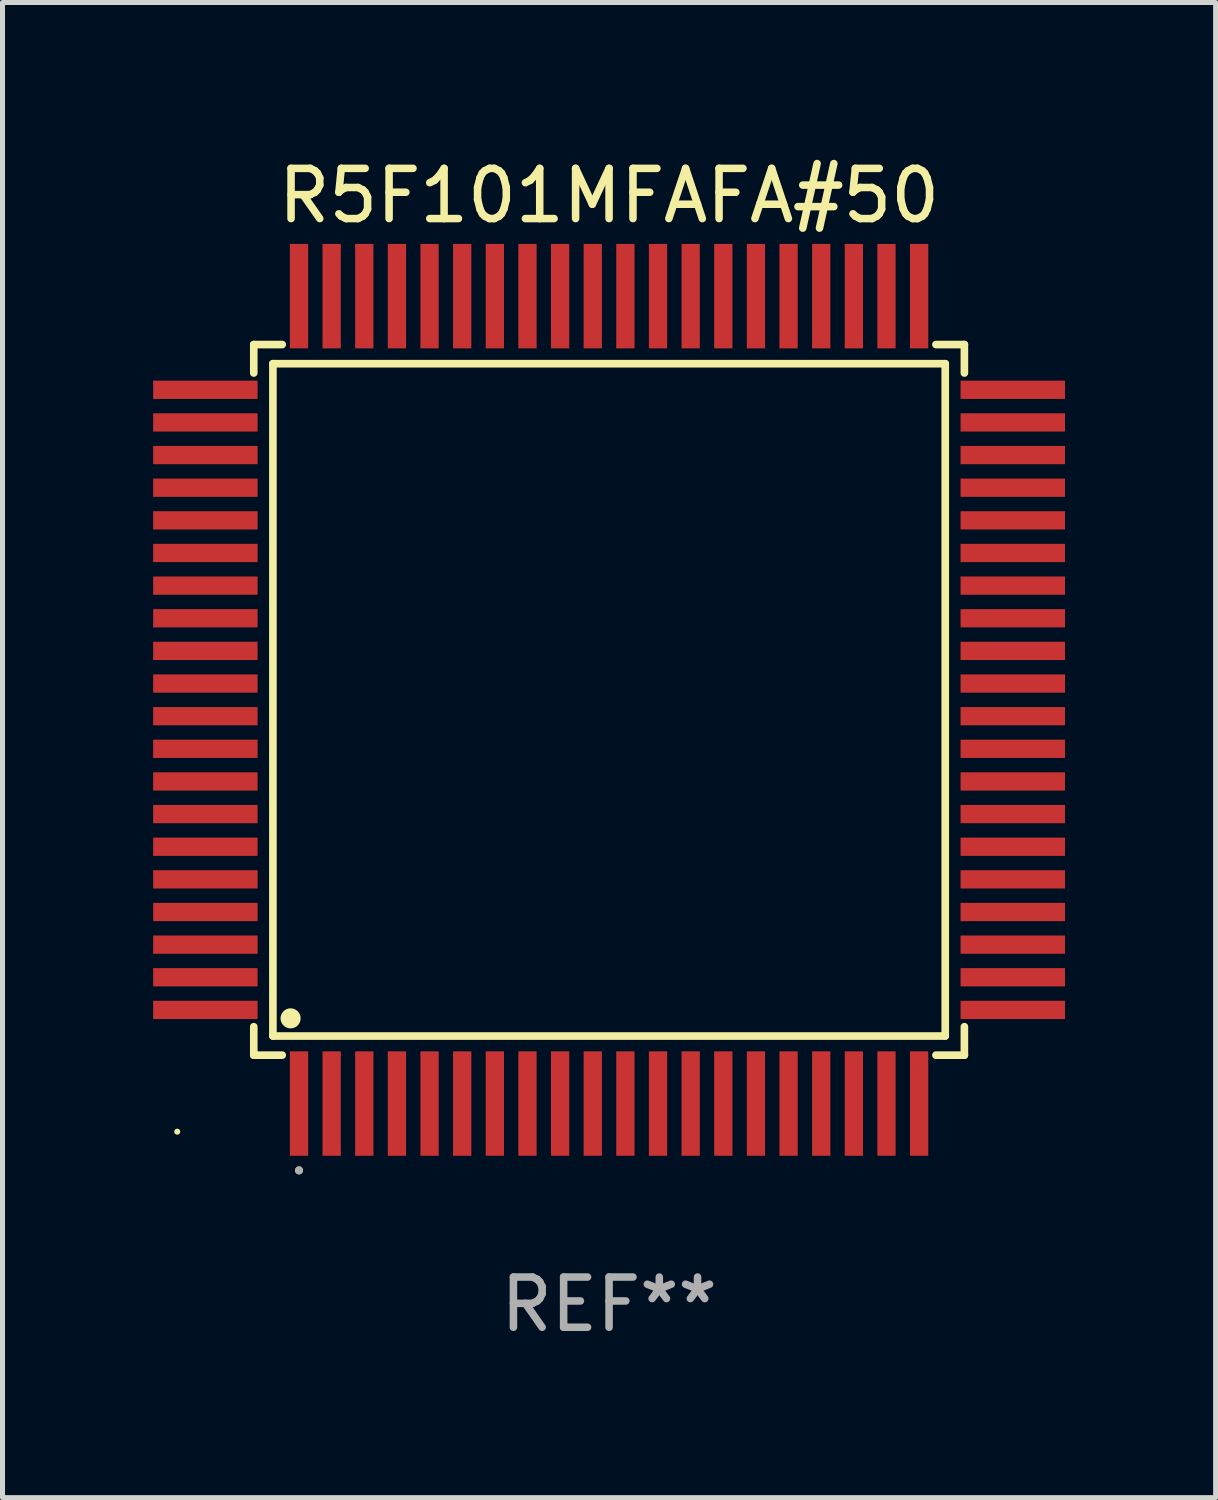
<source format=kicad_pcb>
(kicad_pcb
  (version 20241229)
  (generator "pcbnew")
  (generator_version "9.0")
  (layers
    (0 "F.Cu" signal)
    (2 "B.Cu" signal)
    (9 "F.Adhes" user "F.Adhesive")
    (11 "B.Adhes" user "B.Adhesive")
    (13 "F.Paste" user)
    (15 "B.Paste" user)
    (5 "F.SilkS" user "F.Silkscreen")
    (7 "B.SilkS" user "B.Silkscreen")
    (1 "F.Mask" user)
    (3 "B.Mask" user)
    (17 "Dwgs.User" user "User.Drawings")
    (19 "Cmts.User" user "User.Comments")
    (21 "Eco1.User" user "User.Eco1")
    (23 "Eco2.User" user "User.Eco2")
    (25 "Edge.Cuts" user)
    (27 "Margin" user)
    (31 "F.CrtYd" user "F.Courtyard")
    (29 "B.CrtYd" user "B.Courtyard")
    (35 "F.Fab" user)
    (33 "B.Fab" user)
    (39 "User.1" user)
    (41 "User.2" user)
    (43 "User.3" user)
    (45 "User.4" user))
  (footprint "R5F101MFAFA#50"
    (layer "F.Cu")
    (at 9.08 10.888)
    (property "Reference" "R5F101MFAFA#50" (at 0 -10.04 0) (layer "F.SilkS") (effects (font (size 1 1) (thickness 0.15))))
    (attr through_hole)
    (fp_line (start -7.076 -7.076) (end -7.076 -6.509) (stroke (width 0.152) (type solid)) (layer "F.SilkS"))
    (fp_line (start -7.076 7.076) (end -7.076 6.509) (stroke (width 0.152) (type solid)) (layer "F.SilkS"))
    (fp_line (start -6.695 -6.695) (end 6.695 -6.695) (stroke (width 0.152) (type solid)) (layer "F.SilkS"))
    (fp_line (start -6.695 6.695) (end -6.695 -6.695) (stroke (width 0.152) (type solid)) (layer "F.SilkS"))
    (fp_line (start -6.509 -7.076) (end -7.076 -7.076) (stroke (width 0.152) (type solid)) (layer "F.SilkS"))
    (fp_line (start -6.509 7.076) (end -7.076 7.076) (stroke (width 0.152) (type solid)) (layer "F.SilkS"))
    (fp_line (start 6.509 -7.076) (end 7.076 -7.076) (stroke (width 0.152) (type solid)) (layer "F.SilkS"))
    (fp_line (start 6.509 7.076) (end 7.076 7.076) (stroke (width 0.152) (type solid)) (layer "F.SilkS"))
    (fp_line (start 6.695 -6.695) (end 6.695 6.695) (stroke (width 0.152) (type solid)) (layer "F.SilkS"))
    (fp_line (start 6.695 6.695) (end -6.695 6.695) (stroke (width 0.152) (type solid)) (layer "F.SilkS"))
    (fp_line (start 7.076 -7.076) (end 7.076 -6.509) (stroke (width 0.152) (type solid)) (layer "F.SilkS"))
    (fp_line (start 7.076 7.076) (end 7.076 6.509) (stroke (width 0.152) (type solid)) (layer "F.SilkS"))
    (fp_circle (center -8.6 8.6) (end -8.57 8.6) (stroke (width 0.06) (type solid)) (fill no) (layer "F.SilkS"))
    (fp_circle (center -6.343 6.343) (end -6.243 6.343) (stroke (width 0.2) (type solid)) (fill no) (layer "F.SilkS"))
    (fp_circle (center -6.175 9.371) (end -6.135 9.371) (stroke (width 0.08) (type solid)) (fill no) (layer "F.SilkS"))
    (fp_circle (center -6.175 9.371) (end -6.135 9.371) (stroke (width 0.08) (type solid)) (fill no) (layer "F.Fab"))
    (fp_text user "REF**" (at 0 12.04 0) (layer "F.Fab") (effects (font (size 1 1) (thickness 0.15))))
    (pad "1" smd rect (at -6.175 8.04) (size 0.364 2.08) (layers "F.Cu" "F.Mask" "F.Paste"))
    (pad "2" smd rect (at -5.525 8.04) (size 0.364 2.08) (layers "F.Cu" "F.Mask" "F.Paste"))
    (pad "3" smd rect (at -4.875 8.04) (size 0.364 2.08) (layers "F.Cu" "F.Mask" "F.Paste"))
    (pad "4" smd rect (at -4.225 8.04) (size 0.364 2.08) (layers "F.Cu" "F.Mask" "F.Paste"))
    (pad "5" smd rect (at -3.575 8.04) (size 0.364 2.08) (layers "F.Cu" "F.Mask" "F.Paste"))
    (pad "6" smd rect (at -2.925 8.04) (size 0.364 2.08) (layers "F.Cu" "F.Mask" "F.Paste"))
    (pad "7" smd rect (at -2.275 8.04) (size 0.364 2.08) (layers "F.Cu" "F.Mask" "F.Paste"))
    (pad "8" smd rect (at -1.625 8.04) (size 0.364 2.08) (layers "F.Cu" "F.Mask" "F.Paste"))
    (pad "9" smd rect (at -0.975 8.04) (size 0.364 2.08) (layers "F.Cu" "F.Mask" "F.Paste"))
    (pad "10" smd rect (at -0.325 8.04) (size 0.364 2.08) (layers "F.Cu" "F.Mask" "F.Paste"))
    (pad "11" smd rect (at 0.325 8.04) (size 0.364 2.08) (layers "F.Cu" "F.Mask" "F.Paste"))
    (pad "12" smd rect (at 0.975 8.04) (size 0.364 2.08) (layers "F.Cu" "F.Mask" "F.Paste"))
    (pad "13" smd rect (at 1.625 8.04) (size 0.364 2.08) (layers "F.Cu" "F.Mask" "F.Paste"))
    (pad "14" smd rect (at 2.275 8.04) (size 0.364 2.08) (layers "F.Cu" "F.Mask" "F.Paste"))
    (pad "15" smd rect (at 2.925 8.04) (size 0.364 2.08) (layers "F.Cu" "F.Mask" "F.Paste"))
    (pad "16" smd rect (at 3.575 8.04) (size 0.364 2.08) (layers "F.Cu" "F.Mask" "F.Paste"))
    (pad "17" smd rect (at 4.225 8.04) (size 0.364 2.08) (layers "F.Cu" "F.Mask" "F.Paste"))
    (pad "18" smd rect (at 4.875 8.04) (size 0.364 2.08) (layers "F.Cu" "F.Mask" "F.Paste"))
    (pad "19" smd rect (at 5.525 8.04) (size 0.364 2.08) (layers "F.Cu" "F.Mask" "F.Paste"))
    (pad "20" smd rect (at 6.175 8.04) (size 0.364 2.08) (layers "F.Cu" "F.Mask" "F.Paste"))
    (pad "21" smd rect (at 8.04 6.175) (size 2.08 0.364) (layers "F.Cu" "F.Mask" "F.Paste"))
    (pad "22" smd rect (at 8.04 5.525) (size 2.08 0.364) (layers "F.Cu" "F.Mask" "F.Paste"))
    (pad "23" smd rect (at 8.04 4.875) (size 2.08 0.364) (layers "F.Cu" "F.Mask" "F.Paste"))
    (pad "24" smd rect (at 8.04 4.225) (size 2.08 0.364) (layers "F.Cu" "F.Mask" "F.Paste"))
    (pad "25" smd rect (at 8.04 3.575) (size 2.08 0.364) (layers "F.Cu" "F.Mask" "F.Paste"))
    (pad "26" smd rect (at 8.04 2.925) (size 2.08 0.364) (layers "F.Cu" "F.Mask" "F.Paste"))
    (pad "27" smd rect (at 8.04 2.275) (size 2.08 0.364) (layers "F.Cu" "F.Mask" "F.Paste"))
    (pad "28" smd rect (at 8.04 1.625) (size 2.08 0.364) (layers "F.Cu" "F.Mask" "F.Paste"))
    (pad "29" smd rect (at 8.04 0.975) (size 2.08 0.364) (layers "F.Cu" "F.Mask" "F.Paste"))
    (pad "30" smd rect (at 8.04 0.325) (size 2.08 0.364) (layers "F.Cu" "F.Mask" "F.Paste"))
    (pad "31" smd rect (at 8.04 -0.325) (size 2.08 0.364) (layers "F.Cu" "F.Mask" "F.Paste"))
    (pad "32" smd rect (at 8.04 -0.975) (size 2.08 0.364) (layers "F.Cu" "F.Mask" "F.Paste"))
    (pad "33" smd rect (at 8.04 -1.625) (size 2.08 0.364) (layers "F.Cu" "F.Mask" "F.Paste"))
    (pad "34" smd rect (at 8.04 -2.275) (size 2.08 0.364) (layers "F.Cu" "F.Mask" "F.Paste"))
    (pad "35" smd rect (at 8.04 -2.925) (size 2.08 0.364) (layers "F.Cu" "F.Mask" "F.Paste"))
    (pad "36" smd rect (at 8.04 -3.575) (size 2.08 0.364) (layers "F.Cu" "F.Mask" "F.Paste"))
    (pad "37" smd rect (at 8.04 -4.225) (size 2.08 0.364) (layers "F.Cu" "F.Mask" "F.Paste"))
    (pad "38" smd rect (at 8.04 -4.875) (size 2.08 0.364) (layers "F.Cu" "F.Mask" "F.Paste"))
    (pad "39" smd rect (at 8.04 -5.525) (size 2.08 0.364) (layers "F.Cu" "F.Mask" "F.Paste"))
    (pad "40" smd rect (at 8.04 -6.175) (size 2.08 0.364) (layers "F.Cu" "F.Mask" "F.Paste"))
    (pad "41" smd rect (at 6.175 -8.04) (size 0.364 2.08) (layers "F.Cu" "F.Mask" "F.Paste"))
    (pad "42" smd rect (at 5.525 -8.04) (size 0.364 2.08) (layers "F.Cu" "F.Mask" "F.Paste"))
    (pad "43" smd rect (at 4.875 -8.04) (size 0.364 2.08) (layers "F.Cu" "F.Mask" "F.Paste"))
    (pad "44" smd rect (at 4.225 -8.04) (size 0.364 2.08) (layers "F.Cu" "F.Mask" "F.Paste"))
    (pad "45" smd rect (at 3.575 -8.04) (size 0.364 2.08) (layers "F.Cu" "F.Mask" "F.Paste"))
    (pad "46" smd rect (at 2.925 -8.04) (size 0.364 2.08) (layers "F.Cu" "F.Mask" "F.Paste"))
    (pad "47" smd rect (at 2.275 -8.04) (size 0.364 2.08) (layers "F.Cu" "F.Mask" "F.Paste"))
    (pad "48" smd rect (at 1.625 -8.04) (size 0.364 2.08) (layers "F.Cu" "F.Mask" "F.Paste"))
    (pad "49" smd rect (at 0.975 -8.04) (size 0.364 2.08) (layers "F.Cu" "F.Mask" "F.Paste"))
    (pad "50" smd rect (at 0.325 -8.04) (size 0.364 2.08) (layers "F.Cu" "F.Mask" "F.Paste"))
    (pad "51" smd rect (at -0.325 -8.04) (size 0.364 2.08) (layers "F.Cu" "F.Mask" "F.Paste"))
    (pad "52" smd rect (at -0.975 -8.04) (size 0.364 2.08) (layers "F.Cu" "F.Mask" "F.Paste"))
    (pad "53" smd rect (at -1.625 -8.04) (size 0.364 2.08) (layers "F.Cu" "F.Mask" "F.Paste"))
    (pad "54" smd rect (at -2.275 -8.04) (size 0.364 2.08) (layers "F.Cu" "F.Mask" "F.Paste"))
    (pad "55" smd rect (at -2.925 -8.04) (size 0.364 2.08) (layers "F.Cu" "F.Mask" "F.Paste"))
    (pad "56" smd rect (at -3.575 -8.04) (size 0.364 2.08) (layers "F.Cu" "F.Mask" "F.Paste"))
    (pad "57" smd rect (at -4.225 -8.04) (size 0.364 2.08) (layers "F.Cu" "F.Mask" "F.Paste"))
    (pad "58" smd rect (at -4.875 -8.04) (size 0.364 2.08) (layers "F.Cu" "F.Mask" "F.Paste"))
    (pad "59" smd rect (at -5.525 -8.04) (size 0.364 2.08) (layers "F.Cu" "F.Mask" "F.Paste"))
    (pad "60" smd rect (at -6.175 -8.04) (size 0.364 2.08) (layers "F.Cu" "F.Mask" "F.Paste"))
    (pad "61" smd rect (at -8.04 -6.175) (size 2.08 0.364) (layers "F.Cu" "F.Mask" "F.Paste"))
    (pad "62" smd rect (at -8.04 -5.525) (size 2.08 0.364) (layers "F.Cu" "F.Mask" "F.Paste"))
    (pad "63" smd rect (at -8.04 -4.875) (size 2.08 0.364) (layers "F.Cu" "F.Mask" "F.Paste"))
    (pad "64" smd rect (at -8.04 -4.225) (size 2.08 0.364) (layers "F.Cu" "F.Mask" "F.Paste"))
    (pad "65" smd rect (at -8.04 -3.575) (size 2.08 0.364) (layers "F.Cu" "F.Mask" "F.Paste"))
    (pad "66" smd rect (at -8.04 -2.925) (size 2.08 0.364) (layers "F.Cu" "F.Mask" "F.Paste"))
    (pad "67" smd rect (at -8.04 -2.275) (size 2.08 0.364) (layers "F.Cu" "F.Mask" "F.Paste"))
    (pad "68" smd rect (at -8.04 -1.625) (size 2.08 0.364) (layers "F.Cu" "F.Mask" "F.Paste"))
    (pad "69" smd rect (at -8.04 -0.975) (size 2.08 0.364) (layers "F.Cu" "F.Mask" "F.Paste"))
    (pad "70" smd rect (at -8.04 -0.325) (size 2.08 0.364) (layers "F.Cu" "F.Mask" "F.Paste"))
    (pad "71" smd rect (at -8.04 0.325) (size 2.08 0.364) (layers "F.Cu" "F.Mask" "F.Paste"))
    (pad "72" smd rect (at -8.04 0.975) (size 2.08 0.364) (layers "F.Cu" "F.Mask" "F.Paste"))
    (pad "73" smd rect (at -8.04 1.625) (size 2.08 0.364) (layers "F.Cu" "F.Mask" "F.Paste"))
    (pad "74" smd rect (at -8.04 2.275) (size 2.08 0.364) (layers "F.Cu" "F.Mask" "F.Paste"))
    (pad "75" smd rect (at -8.04 2.925) (size 2.08 0.364) (layers "F.Cu" "F.Mask" "F.Paste"))
    (pad "76" smd rect (at -8.04 3.575) (size 2.08 0.364) (layers "F.Cu" "F.Mask" "F.Paste"))
    (pad "77" smd rect (at -8.04 4.225) (size 2.08 0.364) (layers "F.Cu" "F.Mask" "F.Paste"))
    (pad "78" smd rect (at -8.04 4.875) (size 2.08 0.364) (layers "F.Cu" "F.Mask" "F.Paste"))
    (pad "79" smd rect (at -8.04 5.525) (size 2.08 0.364) (layers "F.Cu" "F.Mask" "F.Paste"))
    (pad "80" smd rect (at -8.04 6.175) (size 2.08 0.364) (layers "F.Cu" "F.Mask" "F.Paste")))
  (gr_rect
    (start -3 -3)
    (end 21.16 26.776)
    (stroke (width 0.1) (type default))
    (fill no)
    (layer "Edge.Cuts")))
</source>
